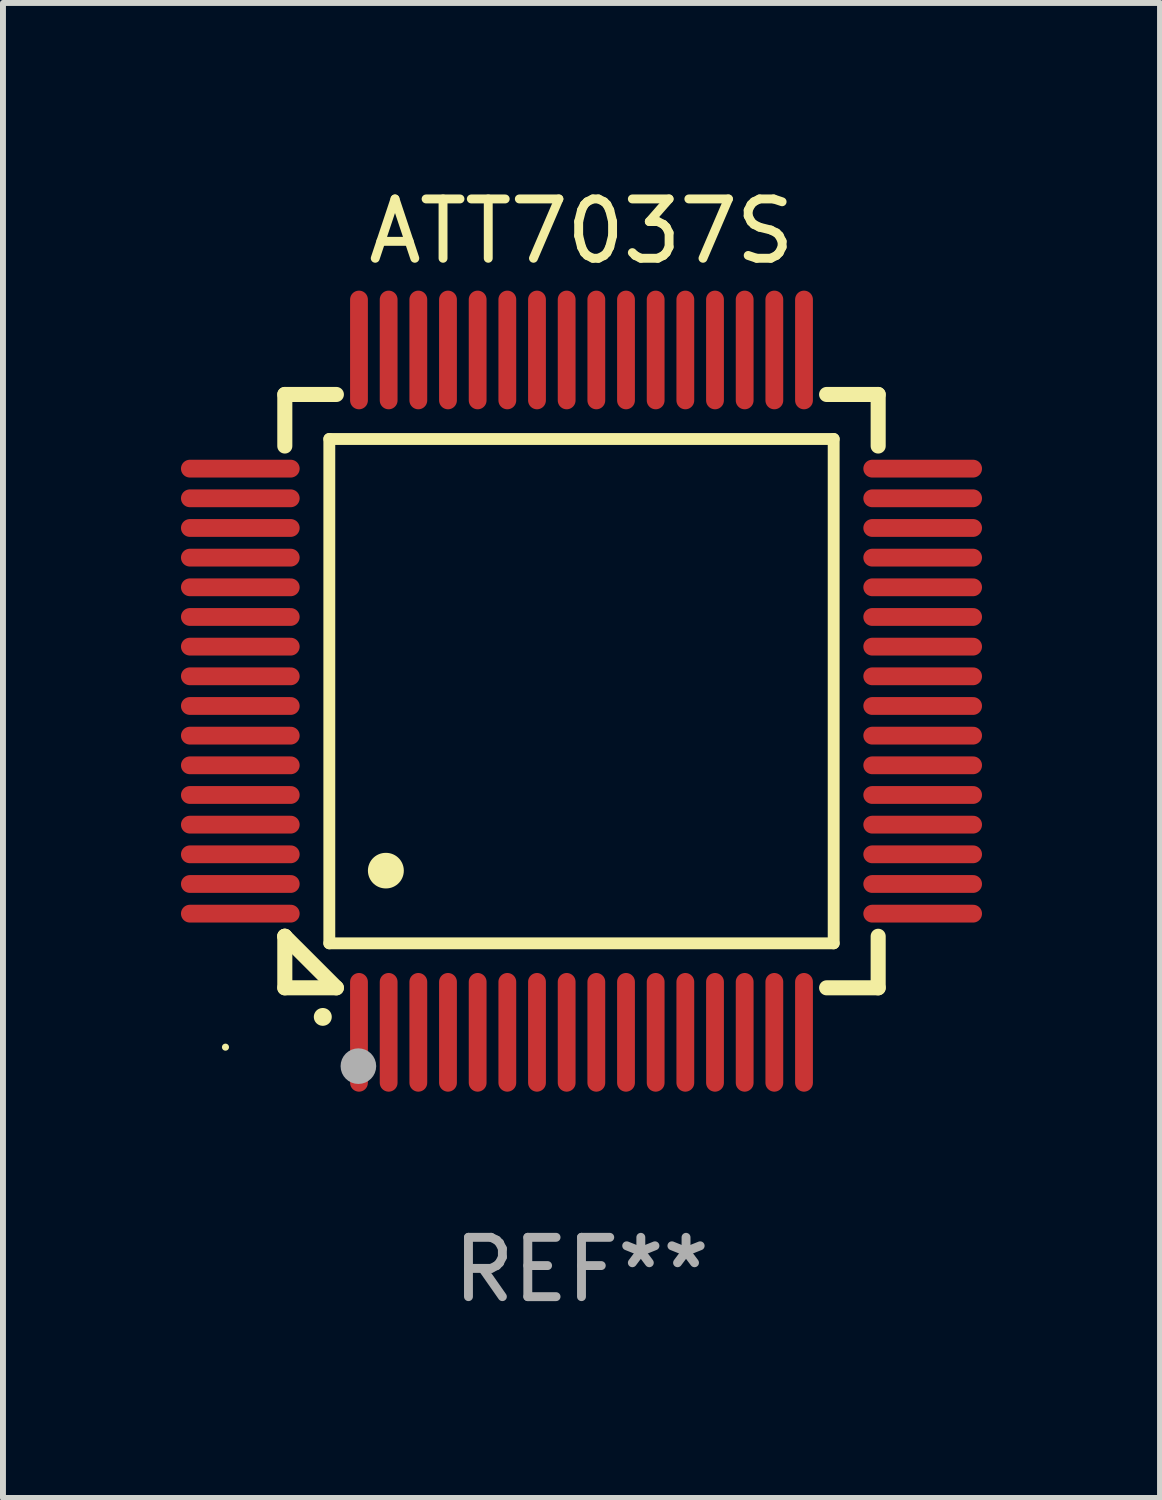
<source format=kicad_pcb>
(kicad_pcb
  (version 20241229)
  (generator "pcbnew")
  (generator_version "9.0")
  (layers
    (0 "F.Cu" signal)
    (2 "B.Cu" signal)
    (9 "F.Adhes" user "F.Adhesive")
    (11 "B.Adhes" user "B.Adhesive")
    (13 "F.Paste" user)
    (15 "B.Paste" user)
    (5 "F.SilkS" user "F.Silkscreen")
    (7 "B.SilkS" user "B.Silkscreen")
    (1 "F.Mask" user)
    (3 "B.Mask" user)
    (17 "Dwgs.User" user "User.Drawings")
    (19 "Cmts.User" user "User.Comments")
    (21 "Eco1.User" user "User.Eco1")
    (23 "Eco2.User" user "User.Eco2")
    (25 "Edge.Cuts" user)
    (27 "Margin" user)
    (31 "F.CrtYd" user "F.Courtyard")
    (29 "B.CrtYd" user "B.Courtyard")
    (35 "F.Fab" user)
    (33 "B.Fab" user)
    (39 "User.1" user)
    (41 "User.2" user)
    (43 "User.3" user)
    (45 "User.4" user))
  (footprint "ATT7037S"
    (layer "F.Cu")
    (at 6.75 8.598)
    (property "Reference" "ATT7037S" (at 0 -7.75 0) (layer "F.SilkS") (effects (font (size 1 1) (thickness 0.15))))
    (attr through_hole)
    (fp_line (start -5 -5) (end -4.131 -5) (stroke (width 0.254) (type solid)) (layer "F.SilkS"))
    (fp_line (start -5 -4.131) (end -5 -5) (stroke (width 0.254) (type solid)) (layer "F.SilkS"))
    (fp_line (start -5 4.131) (end -5 4.131) (stroke (width 0.254) (type solid)) (layer "F.SilkS"))
    (fp_line (start -5 5) (end -5 4.131) (stroke (width 0.254) (type solid)) (layer "F.SilkS"))
    (fp_line (start -5 4.131) (end -4.131 5) (stroke (width 0.254) (type solid)) (layer "F.SilkS"))
    (fp_line (start -4.25 -4.25) (end -4.25 4.25) (stroke (width 0.2) (type solid)) (layer "F.SilkS"))
    (fp_line (start -4.25 4.25) (end 4.25 4.25) (stroke (width 0.2) (type solid)) (layer "F.SilkS"))
    (fp_line (start -4.131 5) (end -5 5) (stroke (width 0.254) (type solid)) (layer "F.SilkS"))
    (fp_line (start 4.25 -4.25) (end -4.25 -4.25) (stroke (width 0.2) (type solid)) (layer "F.SilkS"))
    (fp_line (start 4.25 4.25) (end 4.25 -4.25) (stroke (width 0.2) (type solid)) (layer "F.SilkS"))
    (fp_line (start 5 -5) (end 4.131 -5) (stroke (width 0.254) (type solid)) (layer "F.SilkS"))
    (fp_line (start 5 -5) (end 5 -4.131) (stroke (width 0.254) (type solid)) (layer "F.SilkS"))
    (fp_line (start 5 4.131) (end 5 5) (stroke (width 0.254) (type solid)) (layer "F.SilkS"))
    (fp_line (start 5 5) (end 4.131 5) (stroke (width 0.254) (type solid)) (layer "F.SilkS"))
    (fp_arc (start -4.361265 5.489992) (mid -4.359995 5.489987) (end -4.358725 5.489992) (stroke (width 0.3) (type solid)) (layer "F.SilkS"))
    (fp_arc (start -3.299467 3.025146) (mid -3.296927 3.025135) (end -3.294387 3.025146) (stroke (width 0.6) (type solid)) (layer "F.SilkS"))
    (fp_circle (center -6 6) (end -5.97 6) (stroke (width 0.06) (type solid)) (fill no) (layer "F.SilkS"))
    (fp_circle (center -3.76 6.32) (end -3.61 6.32) (stroke (width 0.3) (type solid)) (fill no) (layer "F.Fab"))
    (fp_text user "REF**" (at 0 9.75 0) (layer "F.Fab") (effects (font (size 1 1) (thickness 0.15))))
    (pad "1" smd oval (at -3.75 5.75) (size 0.3 2) (layers "F.Cu" "F.Mask" "F.Paste"))
    (pad "2" smd oval (at -3.25 5.75) (size 0.3 2) (layers "F.Cu" "F.Mask" "F.Paste"))
    (pad "3" smd oval (at -2.75 5.75) (size 0.3 2) (layers "F.Cu" "F.Mask" "F.Paste"))
    (pad "4" smd oval (at -2.25 5.75) (size 0.3 2) (layers "F.Cu" "F.Mask" "F.Paste"))
    (pad "5" smd oval (at -1.75 5.75) (size 0.3 2) (layers "F.Cu" "F.Mask" "F.Paste"))
    (pad "6" smd oval (at -1.25 5.75) (size 0.3 2) (layers "F.Cu" "F.Mask" "F.Paste"))
    (pad "7" smd oval (at -0.75 5.75) (size 0.3 2) (layers "F.Cu" "F.Mask" "F.Paste"))
    (pad "8" smd oval (at -0.25 5.75) (size 0.3 2) (layers "F.Cu" "F.Mask" "F.Paste"))
    (pad "9" smd oval (at 0.25 5.75) (size 0.3 2) (layers "F.Cu" "F.Mask" "F.Paste"))
    (pad "10" smd oval (at 0.75 5.75) (size 0.3 2) (layers "F.Cu" "F.Mask" "F.Paste"))
    (pad "11" smd oval (at 1.25 5.75) (size 0.3 2) (layers "F.Cu" "F.Mask" "F.Paste"))
    (pad "12" smd oval (at 1.75 5.75) (size 0.3 2) (layers "F.Cu" "F.Mask" "F.Paste"))
    (pad "13" smd oval (at 2.25 5.75) (size 0.3 2) (layers "F.Cu" "F.Mask" "F.Paste"))
    (pad "14" smd oval (at 2.75 5.75) (size 0.3 2) (layers "F.Cu" "F.Mask" "F.Paste"))
    (pad "15" smd oval (at 3.25 5.75) (size 0.3 2) (layers "F.Cu" "F.Mask" "F.Paste"))
    (pad "16" smd oval (at 3.75 5.75) (size 0.3 2) (layers "F.Cu" "F.Mask" "F.Paste"))
    (pad "17" smd oval (at 5.75 3.75) (size 2 0.3) (layers "F.Cu" "F.Mask" "F.Paste"))
    (pad "18" smd oval (at 5.75 3.25) (size 2 0.3) (layers "F.Cu" "F.Mask" "F.Paste"))
    (pad "19" smd oval (at 5.75 2.75) (size 2 0.3) (layers "F.Cu" "F.Mask" "F.Paste"))
    (pad "20" smd oval (at 5.75 2.25) (size 2 0.3) (layers "F.Cu" "F.Mask" "F.Paste"))
    (pad "21" smd oval (at 5.75 1.75) (size 2 0.3) (layers "F.Cu" "F.Mask" "F.Paste"))
    (pad "22" smd oval (at 5.75 1.25) (size 2 0.3) (layers "F.Cu" "F.Mask" "F.Paste"))
    (pad "23" smd oval (at 5.75 0.75) (size 2 0.3) (layers "F.Cu" "F.Mask" "F.Paste"))
    (pad "24" smd oval (at 5.75 0.25) (size 2 0.3) (layers "F.Cu" "F.Mask" "F.Paste"))
    (pad "25" smd oval (at 5.75 -0.25) (size 2 0.3) (layers "F.Cu" "F.Mask" "F.Paste"))
    (pad "26" smd oval (at 5.75 -0.75) (size 2 0.3) (layers "F.Cu" "F.Mask" "F.Paste"))
    (pad "27" smd oval (at 5.75 -1.25) (size 2 0.3) (layers "F.Cu" "F.Mask" "F.Paste"))
    (pad "28" smd oval (at 5.75 -1.75) (size 2 0.3) (layers "F.Cu" "F.Mask" "F.Paste"))
    (pad "29" smd oval (at 5.75 -2.25) (size 2 0.3) (layers "F.Cu" "F.Mask" "F.Paste"))
    (pad "30" smd oval (at 5.75 -2.75) (size 2 0.3) (layers "F.Cu" "F.Mask" "F.Paste"))
    (pad "31" smd oval (at 5.75 -3.25) (size 2 0.3) (layers "F.Cu" "F.Mask" "F.Paste"))
    (pad "32" smd oval (at 5.75 -3.75) (size 2 0.3) (layers "F.Cu" "F.Mask" "F.Paste"))
    (pad "33" smd oval (at 3.75 -5.75) (size 0.3 2) (layers "F.Cu" "F.Mask" "F.Paste"))
    (pad "34" smd oval (at 3.25 -5.75) (size 0.3 2) (layers "F.Cu" "F.Mask" "F.Paste"))
    (pad "35" smd oval (at 2.75 -5.75) (size 0.3 2) (layers "F.Cu" "F.Mask" "F.Paste"))
    (pad "36" smd oval (at 2.25 -5.75) (size 0.3 2) (layers "F.Cu" "F.Mask" "F.Paste"))
    (pad "37" smd oval (at 1.75 -5.75) (size 0.3 2) (layers "F.Cu" "F.Mask" "F.Paste"))
    (pad "38" smd oval (at 1.25 -5.75) (size 0.3 2) (layers "F.Cu" "F.Mask" "F.Paste"))
    (pad "39" smd oval (at 0.75 -5.75) (size 0.3 2) (layers "F.Cu" "F.Mask" "F.Paste"))
    (pad "40" smd oval (at 0.25 -5.75) (size 0.3 2) (layers "F.Cu" "F.Mask" "F.Paste"))
    (pad "41" smd oval (at -0.25 -5.75) (size 0.3 2) (layers "F.Cu" "F.Mask" "F.Paste"))
    (pad "42" smd oval (at -0.75 -5.75) (size 0.3 2) (layers "F.Cu" "F.Mask" "F.Paste"))
    (pad "43" smd oval (at -1.25 -5.75) (size 0.3 2) (layers "F.Cu" "F.Mask" "F.Paste"))
    (pad "44" smd oval (at -1.75 -5.75) (size 0.3 2) (layers "F.Cu" "F.Mask" "F.Paste"))
    (pad "45" smd oval (at -2.25 -5.75) (size 0.3 2) (layers "F.Cu" "F.Mask" "F.Paste"))
    (pad "46" smd oval (at -2.75 -5.75) (size 0.3 2) (layers "F.Cu" "F.Mask" "F.Paste"))
    (pad "47" smd oval (at -3.25 -5.75) (size 0.3 2) (layers "F.Cu" "F.Mask" "F.Paste"))
    (pad "48" smd oval (at -3.75 -5.75) (size 0.3 2) (layers "F.Cu" "F.Mask" "F.Paste"))
    (pad "49" smd oval (at -5.75 -3.75) (size 2 0.3) (layers "F.Cu" "F.Mask" "F.Paste"))
    (pad "50" smd oval (at -5.75 -3.25) (size 2 0.3) (layers "F.Cu" "F.Mask" "F.Paste"))
    (pad "51" smd oval (at -5.75 -2.75) (size 2 0.3) (layers "F.Cu" "F.Mask" "F.Paste"))
    (pad "52" smd oval (at -5.75 -2.25) (size 2 0.3) (layers "F.Cu" "F.Mask" "F.Paste"))
    (pad "53" smd oval (at -5.75 -1.75) (size 2 0.3) (layers "F.Cu" "F.Mask" "F.Paste"))
    (pad "54" smd oval (at -5.75 -1.25) (size 2 0.3) (layers "F.Cu" "F.Mask" "F.Paste"))
    (pad "55" smd oval (at -5.75 -0.75) (size 2 0.3) (layers "F.Cu" "F.Mask" "F.Paste"))
    (pad "56" smd oval (at -5.75 -0.25) (size 2 0.3) (layers "F.Cu" "F.Mask" "F.Paste"))
    (pad "57" smd oval (at -5.75 0.25) (size 2 0.3) (layers "F.Cu" "F.Mask" "F.Paste"))
    (pad "58" smd oval (at -5.75 0.75) (size 2 0.3) (layers "F.Cu" "F.Mask" "F.Paste"))
    (pad "59" smd oval (at -5.75 1.25) (size 2 0.3) (layers "F.Cu" "F.Mask" "F.Paste"))
    (pad "60" smd oval (at -5.75 1.75) (size 2 0.3) (layers "F.Cu" "F.Mask" "F.Paste"))
    (pad "61" smd oval (at -5.75 2.25) (size 2 0.3) (layers "F.Cu" "F.Mask" "F.Paste"))
    (pad "62" smd oval (at -5.75 2.75) (size 2 0.3) (layers "F.Cu" "F.Mask" "F.Paste"))
    (pad "63" smd oval (at -5.75 3.25) (size 2 0.3) (layers "F.Cu" "F.Mask" "F.Paste"))
    (pad "64" smd oval (at -5.75 3.75) (size 2 0.3) (layers "F.Cu" "F.Mask" "F.Paste")))
  (gr_rect
    (start -3 -3)
    (end 16.5 22.196)
    (stroke (width 0.1) (type default))
    (fill no)
    (layer "Edge.Cuts")))
</source>
